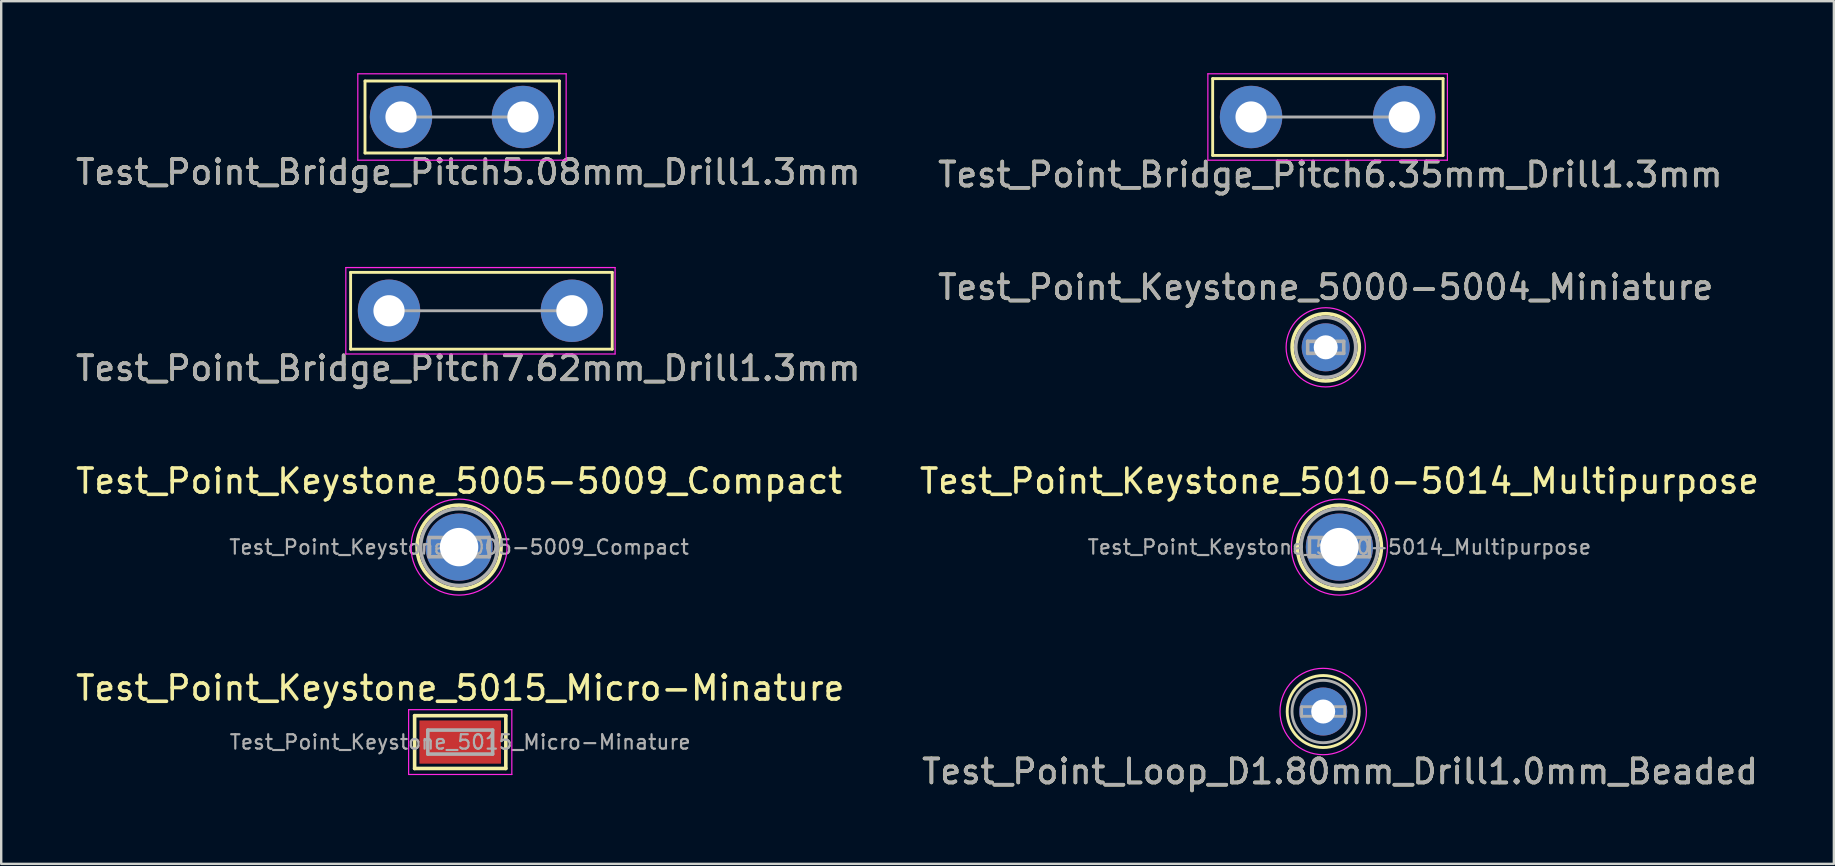
<source format=kicad_pcb>
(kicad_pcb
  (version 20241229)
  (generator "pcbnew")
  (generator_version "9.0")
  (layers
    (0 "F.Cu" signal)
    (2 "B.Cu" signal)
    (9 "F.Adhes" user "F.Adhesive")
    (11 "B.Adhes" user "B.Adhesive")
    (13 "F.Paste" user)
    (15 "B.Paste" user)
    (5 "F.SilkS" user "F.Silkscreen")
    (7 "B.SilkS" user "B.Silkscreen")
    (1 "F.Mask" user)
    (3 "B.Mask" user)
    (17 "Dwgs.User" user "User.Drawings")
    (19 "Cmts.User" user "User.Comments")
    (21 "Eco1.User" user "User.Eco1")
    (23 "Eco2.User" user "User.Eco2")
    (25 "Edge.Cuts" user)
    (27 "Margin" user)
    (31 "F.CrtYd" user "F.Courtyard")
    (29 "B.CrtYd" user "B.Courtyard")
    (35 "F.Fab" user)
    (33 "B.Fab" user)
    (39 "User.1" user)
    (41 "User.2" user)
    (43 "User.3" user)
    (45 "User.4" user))
  (footprint "Test_Point_Bridge_Pitch6.35mm_Drill1.3mm"
    (layer "F.Cu")
    (at 49.075 1.825)
    (property "Reference" "Test_Point_Bridge_Pitch6.35mm_Drill1.3mm" (at 3.3 2.4 0) (layer "F.SilkS") (effects (font (size 1 1) (thickness 0.15))))
    (attr through_hole)
    (fp_line (start -1.6 -1.6) (end 8 -1.6) (stroke (width 0.12) (type solid)) (layer "F.SilkS"))
    (fp_line (start -1.6 1.6) (end -1.6 -1.6) (stroke (width 0.12) (type solid)) (layer "F.SilkS"))
    (fp_line (start 8 -1.6) (end 8 1.6) (stroke (width 0.12) (type solid)) (layer "F.SilkS"))
    (fp_line (start 8 1.6) (end -1.6 1.6) (stroke (width 0.12) (type solid)) (layer "F.SilkS"))
    (fp_line (start -1.8 -1.8) (end -1.8 1.8) (stroke (width 0.05) (type solid)) (layer "F.CrtYd"))
    (fp_line (start -1.8 -1.8) (end 8.18 -1.8) (stroke (width 0.05) (type solid)) (layer "F.CrtYd"))
    (fp_line (start 8.18 1.8) (end -1.8 1.8) (stroke (width 0.05) (type solid)) (layer "F.CrtYd"))
    (fp_line (start 8.18 1.8) (end 8.18 -1.8) (stroke (width 0.05) (type solid)) (layer "F.CrtYd"))
    (fp_line (start 6.35 0) (end 0 0) (stroke (width 0.12) (type solid)) (layer "F.Fab"))
    (fp_text user "${REFERENCE}" (at 3.3 2.4 0) (layer "F.Fab") (effects (font (size 1 1) (thickness 0.15))))
    (pad "1" thru_hole circle (at 0 0) (size 2.6 2.6) (drill 1.3) (layers "*.Cu" "*.Mask"))
    (pad "1" thru_hole circle (at 6.38 0) (size 2.6 2.6) (drill 1.3) (layers "*.Cu" "*.Mask")))
  (footprint "Test_Point_Keystone_5005-5009_Compact"
    (layer "F.Cu")
    (at 16.077 19.745)
    (property "Reference" "Test_Point_Keystone_5005-5009_Compact" (at 0 -2.75 0) (layer "F.SilkS") (effects (font (size 1 1) (thickness 0.15))))
    (attr through_hole)
    (fp_circle (center 0 0) (end 1.75 0) (stroke (width 0.15) (type solid)) (fill no) (layer "F.SilkS"))
    (fp_circle (center 0 0) (end 2 0) (stroke (width 0.05) (type solid)) (fill no) (layer "F.CrtYd"))
    (fp_line (start -1.25 -0.4) (end 1.25 -0.4) (stroke (width 0.15) (type solid)) (layer "F.Fab"))
    (fp_line (start -1.25 0.4) (end -1.25 -0.4) (stroke (width 0.15) (type solid)) (layer "F.Fab"))
    (fp_line (start 1.25 -0.4) (end 1.25 0.4) (stroke (width 0.15) (type solid)) (layer "F.Fab"))
    (fp_line (start 1.25 0.4) (end -1.25 0.4) (stroke (width 0.15) (type solid)) (layer "F.Fab"))
    (fp_circle (center 0 0) (end 1.6 0) (stroke (width 0.15) (type solid)) (fill no) (layer "F.Fab"))
    (fp_text user "${REFERENCE}" (at 0 0 0) (layer "F.Fab") (effects (font (size 0.6 0.6) (thickness 0.09))))
    (pad "1" thru_hole circle (at 0 0) (size 2.8 2.8) (drill 1.6) (layers "*.Cu" "*.Mask")))
  (footprint "Test_Point_Loop_D1.80mm_Drill1.0mm_Beaded"
    (layer "F.Cu")
    (at 52.08 26.595)
    (property "Reference" "Test_Point_Loop_D1.80mm_Drill1.0mm_Beaded" (at 0.7 2.5 0) (layer "F.SilkS") (effects (font (size 1 1) (thickness 0.15))))
    (attr through_hole)
    (fp_circle (center 0 0) (end 1.5 0) (stroke (width 0.12) (type solid)) (fill no) (layer "F.SilkS"))
    (fp_circle (center 0 0) (end 1.8 0) (stroke (width 0.05) (type solid)) (fill no) (layer "F.CrtYd"))
    (fp_line (start -0.9 -0.2) (end 0.9 -0.2) (stroke (width 0.12) (type solid)) (layer "F.Fab"))
    (fp_line (start -0.9 0.2) (end -0.9 -0.2) (stroke (width 0.12) (type solid)) (layer "F.Fab"))
    (fp_line (start 0.9 -0.2) (end 0.9 0.2) (stroke (width 0.12) (type solid)) (layer "F.Fab"))
    (fp_line (start 0.9 0.2) (end -0.9 0.2) (stroke (width 0.12) (type solid)) (layer "F.Fab"))
    (fp_circle (center 0 0) (end 1.3 0) (stroke (width 0.12) (type solid)) (fill no) (layer "F.Fab"))
    (fp_text user "${REFERENCE}" (at 0.7 2.5 0) (layer "F.Fab") (effects (font (size 1 1) (thickness 0.15))))
    (pad "1" thru_hole circle (at 0 0) (size 2 2) (drill 1) (layers "*.Cu" "*.Mask")))
  (footprint "Test_Point_Bridge_Pitch7.62mm_Drill1.3mm"
    (layer "F.Cu")
    (at 13.158 9.898)
    (property "Reference" "Test_Point_Bridge_Pitch7.62mm_Drill1.3mm" (at 3.3 2.4 0) (layer "F.SilkS") (effects (font (size 1 1) (thickness 0.15))))
    (attr through_hole)
    (fp_line (start -1.6 -1.6) (end 9.3 -1.6) (stroke (width 0.12) (type solid)) (layer "F.SilkS"))
    (fp_line (start -1.6 1.6) (end -1.6 -1.6) (stroke (width 0.12) (type solid)) (layer "F.SilkS"))
    (fp_line (start 9.3 -1.6) (end 9.3 1.6) (stroke (width 0.12) (type solid)) (layer "F.SilkS"))
    (fp_line (start 9.3 1.6) (end -1.6 1.6) (stroke (width 0.12) (type solid)) (layer "F.SilkS"))
    (fp_line (start -1.8 -1.8) (end -1.8 1.8) (stroke (width 0.05) (type solid)) (layer "F.CrtYd"))
    (fp_line (start -1.8 -1.8) (end 9.42 -1.8) (stroke (width 0.05) (type solid)) (layer "F.CrtYd"))
    (fp_line (start 9.42 1.8) (end -1.8 1.8) (stroke (width 0.05) (type solid)) (layer "F.CrtYd"))
    (fp_line (start 9.42 1.8) (end 9.42 -1.8) (stroke (width 0.05) (type solid)) (layer "F.CrtYd"))
    (fp_line (start 7.62 0) (end 0 0) (stroke (width 0.12) (type solid)) (layer "F.Fab"))
    (fp_text user "${REFERENCE}" (at 3.3 2.4 0) (layer "F.Fab") (effects (font (size 1 1) (thickness 0.15))))
    (pad "1" thru_hole circle (at 0 0) (size 2.6 2.6) (drill 1.3) (layers "*.Cu" "*.Mask"))
    (pad "1" thru_hole circle (at 7.62 0) (size 2.6 2.6) (drill 1.3) (layers "*.Cu" "*.Mask")))
  (footprint "Test_Point_Keystone_5000-5004_Miniature"
    (layer "F.Cu")
    (at 52.185 11.421)
    (property "Reference" "Test_Point_Keystone_5000-5004_Miniature" (at 0 -2.5 0) (layer "F.SilkS") (effects (font (size 1 1) (thickness 0.15))))
    (attr through_hole)
    (fp_circle (center 0 0) (end 1.4 0) (stroke (width 0.15) (type solid)) (fill no) (layer "F.SilkS"))
    (fp_circle (center 0 0) (end 1.65 0) (stroke (width 0.05) (type solid)) (fill no) (layer "F.CrtYd"))
    (fp_line (start -0.75 -0.25) (end 0.75 -0.25) (stroke (width 0.15) (type solid)) (layer "F.Fab"))
    (fp_line (start -0.75 0.25) (end -0.75 -0.25) (stroke (width 0.15) (type solid)) (layer "F.Fab"))
    (fp_line (start 0.75 -0.25) (end 0.75 0.25) (stroke (width 0.15) (type solid)) (layer "F.Fab"))
    (fp_line (start 0.75 0.25) (end -0.75 0.25) (stroke (width 0.15) (type solid)) (layer "F.Fab"))
    (fp_circle (center 0 0) (end 1.25 0) (stroke (width 0.15) (type solid)) (fill no) (layer "F.Fab"))
    (fp_text user "${REFERENCE}" (at 0 -2.5 0) (layer "F.Fab") (effects (font (size 1 1) (thickness 0.15))))
    (pad "1" thru_hole circle (at 0 0) (size 2 2) (drill 1) (layers "*.Cu" "*.Mask")))
  (footprint "Test_Point_Keystone_5015_Micro-Minature"
    (layer "F.Cu")
    (at 16.125 27.868)
    (property "Reference" "Test_Point_Keystone_5015_Micro-Minature" (at 0 -2.25 0) (layer "F.SilkS") (effects (font (size 1 1) (thickness 0.15))))
    (attr smd)
    (fp_line (start -1.9 -1.1) (end 1.9 -1.1) (stroke (width 0.15) (type solid)) (layer "F.SilkS"))
    (fp_line (start -1.9 1.1) (end -1.9 -1.1) (stroke (width 0.15) (type solid)) (layer "F.SilkS"))
    (fp_line (start 1.9 -1.1) (end 1.9 1.1) (stroke (width 0.15) (type solid)) (layer "F.SilkS"))
    (fp_line (start 1.9 1.1) (end -1.9 1.1) (stroke (width 0.15) (type solid)) (layer "F.SilkS"))
    (fp_line (start -2.15 -1.35) (end 2.15 -1.35) (stroke (width 0.05) (type solid)) (layer "F.CrtYd"))
    (fp_line (start -2.15 1.35) (end -2.15 -1.35) (stroke (width 0.05) (type solid)) (layer "F.CrtYd"))
    (fp_line (start 2.15 -1.35) (end 2.15 1.35) (stroke (width 0.05) (type solid)) (layer "F.CrtYd"))
    (fp_line (start 2.15 1.35) (end -2.15 1.35) (stroke (width 0.05) (type solid)) (layer "F.CrtYd"))
    (fp_line (start -1.35 0.5) (end -1.35 -0.5) (stroke (width 0.15) (type solid)) (layer "F.Fab"))
    (fp_line (start -1.35 0.5) (end 1.35 0.5) (stroke (width 0.15) (type solid)) (layer "F.Fab"))
    (fp_line (start 1.35 -0.5) (end -1.35 -0.5) (stroke (width 0.15) (type solid)) (layer "F.Fab"))
    (fp_line (start 1.35 -0.5) (end 1.35 0.5) (stroke (width 0.15) (type solid)) (layer "F.Fab"))
    (fp_text user "${REFERENCE}" (at 0 0 0) (layer "F.Fab") (effects (font (size 0.6 0.6) (thickness 0.09))))
    (pad "1" smd rect (at 0 0) (size 3.4 1.8) (layers "F.Cu" "F.Mask" "F.Paste")))
  (footprint "Test_Point_Keystone_5010-5014_Multipurpose"
    (layer "F.Cu")
    (at 52.756 19.745)
    (property "Reference" "Test_Point_Keystone_5010-5014_Multipurpose" (at 0 -2.75 0) (layer "F.SilkS") (effects (font (size 1 1) (thickness 0.15))))
    (attr through_hole)
    (fp_circle (center 0 0) (end 1.75 0) (stroke (width 0.15) (type solid)) (fill no) (layer "F.SilkS"))
    (fp_circle (center 0 0) (end 2 0) (stroke (width 0.05) (type solid)) (fill no) (layer "F.CrtYd"))
    (fp_line (start -1.25 -0.4) (end 1.25 -0.4) (stroke (width 0.15) (type solid)) (layer "F.Fab"))
    (fp_line (start -1.25 0.4) (end -1.25 -0.4) (stroke (width 0.15) (type solid)) (layer "F.Fab"))
    (fp_line (start 1.25 -0.4) (end 1.25 0.4) (stroke (width 0.15) (type solid)) (layer "F.Fab"))
    (fp_line (start 1.25 0.4) (end -1.25 0.4) (stroke (width 0.15) (type solid)) (layer "F.Fab"))
    (fp_circle (center 0 0) (end 1.6 0) (stroke (width 0.15) (type solid)) (fill no) (layer "F.Fab"))
    (fp_text user "${REFERENCE}" (at 0 0 0) (layer "F.Fab") (effects (font (size 0.6 0.6) (thickness 0.09))))
    (pad "1" thru_hole circle (at 0 0) (size 2.8 2.8) (drill 1.6) (layers "*.Cu" "*.Mask")))
  (footprint "Test_Point_Bridge_Pitch5.08mm_Drill1.3mm"
    (layer "F.Cu")
    (at 13.658 1.825)
    (property "Reference" "Test_Point_Bridge_Pitch5.08mm_Drill1.3mm" (at 2.8 2.3 0) (layer "F.SilkS") (effects (font (size 1 1) (thickness 0.15))))
    (attr through_hole)
    (fp_line (start -1.5 -1.5) (end -1.5 1.5) (stroke (width 0.12) (type solid)) (layer "F.SilkS"))
    (fp_line (start -1.5 -1.5) (end 6.6 -1.5) (stroke (width 0.12) (type solid)) (layer "F.SilkS"))
    (fp_line (start 6.6 1.5) (end -1.5 1.5) (stroke (width 0.12) (type solid)) (layer "F.SilkS"))
    (fp_line (start 6.6 1.5) (end 6.6 -1.5) (stroke (width 0.12) (type solid)) (layer "F.SilkS"))
    (fp_line (start -1.8 -1.8) (end -1.8 1.8) (stroke (width 0.05) (type solid)) (layer "F.CrtYd"))
    (fp_line (start -1.8 -1.8) (end 6.88 -1.8) (stroke (width 0.05) (type solid)) (layer "F.CrtYd"))
    (fp_line (start 6.88 1.8) (end -1.8 1.8) (stroke (width 0.05) (type solid)) (layer "F.CrtYd"))
    (fp_line (start 6.88 1.8) (end 6.88 -1.8) (stroke (width 0.05) (type solid)) (layer "F.CrtYd"))
    (fp_line (start 5.08 0) (end 0 0) (stroke (width 0.12) (type solid)) (layer "F.Fab"))
    (fp_text user "${REFERENCE}" (at 2.8 2.3 0) (layer "F.Fab") (effects (font (size 1 1) (thickness 0.15))))
    (pad "1" thru_hole circle (at 0 0) (size 2.6 2.6) (drill 1.3) (layers "*.Cu" "*.Mask"))
    (pad "1" thru_hole circle (at 5.08 0) (size 2.6 2.6) (drill 1.3) (layers "*.Cu" "*.Mask")))
  (gr_rect
    (start -3 -3)
    (end 73.357 32.943)
    (stroke (width 0.1) (type default))
    (fill no)
    (layer "Edge.Cuts")))
</source>
